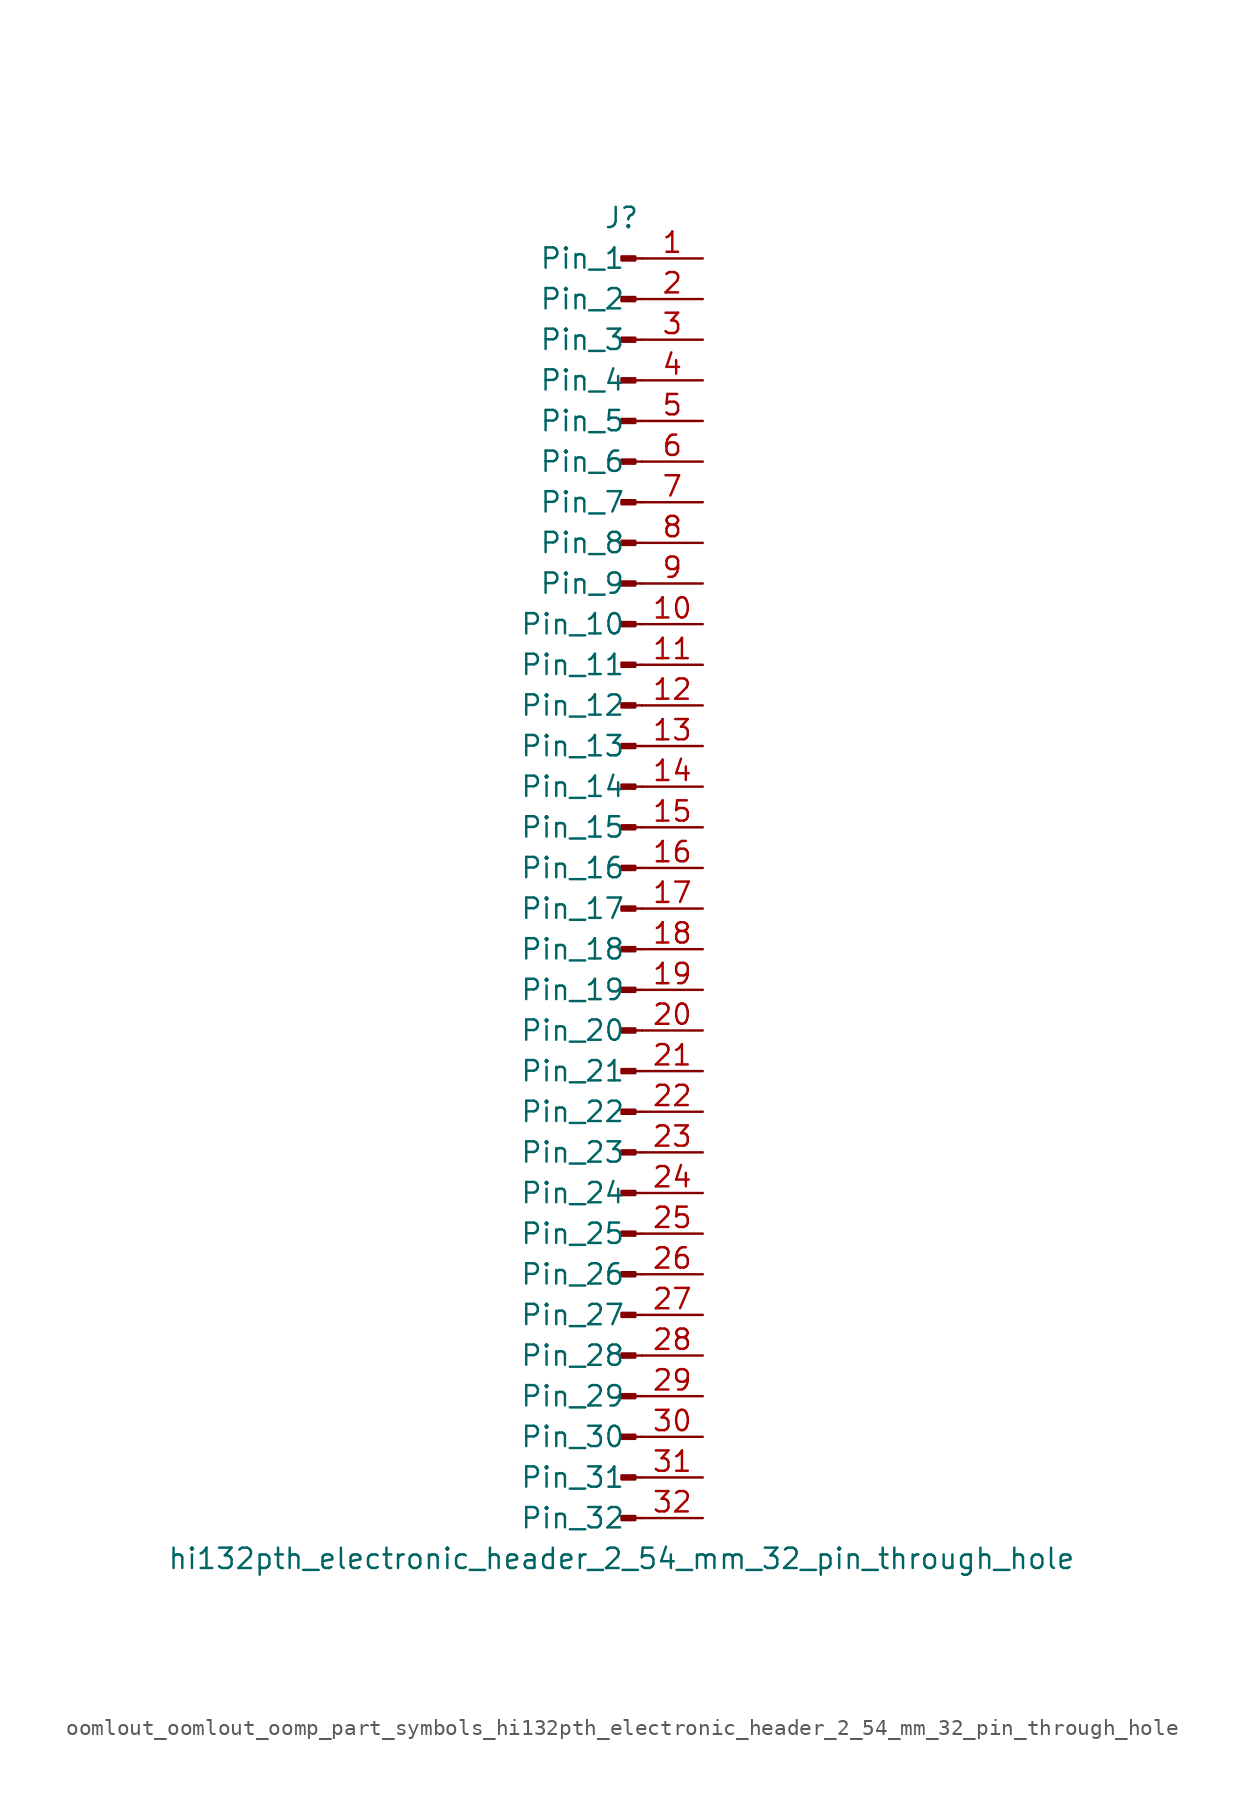
<source format=kicad_sym>
(kicad_symbol_lib
  (version 20220914)
  (generator kicad_symbol_editor)
  (symbol "oomlout_oomlout_oomp_part_symbols_hi132pth_electronic_header_2_54_mm_32_pin_through_hole"
    (pin_names
      (offset 1.016))
    (property "Reference" "J"
      (at 0 40.64 0)
      (effects (font (size 1.27 1.27))))
    (property "Value" "hi132pth_electronic_header_2_54_mm_32_pin_through_hole"
      (at 0 -43.18 0)
      (effects (font (size 1.27 1.27))))
    (property "ki_locked" ""
      (at 0 0 0)
      (effects (font (size 1.27 1.27))))
    (symbol "oomlout_oomlout_oomp_part_symbols_hi132pth_electronic_header_2_54_mm_32_pin_through_hole_1_1"
      (polyline (pts (xy 1.27 -40.64) (xy 0.864 -40.64)) (stroke (width 0.152) (type default)) (fill (type none)))
      (polyline (pts (xy 1.27 -38.1) (xy 0.864 -38.1)) (stroke (width 0.152) (type default)) (fill (type none)))
      (polyline (pts (xy 1.27 -35.56) (xy 0.864 -35.56)) (stroke (width 0.152) (type default)) (fill (type none)))
      (polyline (pts (xy 1.27 -33.02) (xy 0.864 -33.02)) (stroke (width 0.152) (type default)) (fill (type none)))
      (polyline (pts (xy 1.27 -30.48) (xy 0.864 -30.48)) (stroke (width 0.152) (type default)) (fill (type none)))
      (polyline (pts (xy 1.27 -27.94) (xy 0.864 -27.94)) (stroke (width 0.152) (type default)) (fill (type none)))
      (polyline (pts (xy 1.27 -25.4) (xy 0.864 -25.4)) (stroke (width 0.152) (type default)) (fill (type none)))
      (polyline (pts (xy 1.27 -22.86) (xy 0.864 -22.86)) (stroke (width 0.152) (type default)) (fill (type none)))
      (polyline (pts (xy 1.27 -20.32) (xy 0.864 -20.32)) (stroke (width 0.152) (type default)) (fill (type none)))
      (polyline (pts (xy 1.27 -17.78) (xy 0.864 -17.78)) (stroke (width 0.152) (type default)) (fill (type none)))
      (polyline (pts (xy 1.27 -15.24) (xy 0.864 -15.24)) (stroke (width 0.152) (type default)) (fill (type none)))
      (polyline (pts (xy 1.27 -12.7) (xy 0.864 -12.7)) (stroke (width 0.152) (type default)) (fill (type none)))
      (polyline (pts (xy 1.27 -10.16) (xy 0.864 -10.16)) (stroke (width 0.152) (type default)) (fill (type none)))
      (polyline (pts (xy 1.27 -7.62) (xy 0.864 -7.62)) (stroke (width 0.152) (type default)) (fill (type none)))
      (polyline (pts (xy 1.27 -5.08) (xy 0.864 -5.08)) (stroke (width 0.152) (type default)) (fill (type none)))
      (polyline (pts (xy 1.27 -2.54) (xy 0.864 -2.54)) (stroke (width 0.152) (type default)) (fill (type none)))
      (polyline (pts (xy 1.27 0) (xy 0.864 0)) (stroke (width 0.152) (type default)) (fill (type none)))
      (polyline (pts (xy 1.27 2.54) (xy 0.864 2.54)) (stroke (width 0.152) (type default)) (fill (type none)))
      (polyline (pts (xy 1.27 5.08) (xy 0.864 5.08)) (stroke (width 0.152) (type default)) (fill (type none)))
      (polyline (pts (xy 1.27 7.62) (xy 0.864 7.62)) (stroke (width 0.152) (type default)) (fill (type none)))
      (polyline (pts (xy 1.27 10.16) (xy 0.864 10.16)) (stroke (width 0.152) (type default)) (fill (type none)))
      (polyline (pts (xy 1.27 12.7) (xy 0.864 12.7)) (stroke (width 0.152) (type default)) (fill (type none)))
      (polyline (pts (xy 1.27 15.24) (xy 0.864 15.24)) (stroke (width 0.152) (type default)) (fill (type none)))
      (polyline (pts (xy 1.27 17.78) (xy 0.864 17.78)) (stroke (width 0.152) (type default)) (fill (type none)))
      (polyline (pts (xy 1.27 20.32) (xy 0.864 20.32)) (stroke (width 0.152) (type default)) (fill (type none)))
      (polyline (pts (xy 1.27 22.86) (xy 0.864 22.86)) (stroke (width 0.152) (type default)) (fill (type none)))
      (polyline (pts (xy 1.27 25.4) (xy 0.864 25.4)) (stroke (width 0.152) (type default)) (fill (type none)))
      (polyline (pts (xy 1.27 27.94) (xy 0.864 27.94)) (stroke (width 0.152) (type default)) (fill (type none)))
      (polyline (pts (xy 1.27 30.48) (xy 0.864 30.48)) (stroke (width 0.152) (type default)) (fill (type none)))
      (polyline (pts (xy 1.27 33.02) (xy 0.864 33.02)) (stroke (width 0.152) (type default)) (fill (type none)))
      (polyline (pts (xy 1.27 35.56) (xy 0.864 35.56)) (stroke (width 0.152) (type default)) (fill (type none)))
      (polyline (pts (xy 1.27 38.1) (xy 0.864 38.1)) (stroke (width 0.152) (type default)) (fill (type none)))
      (rectangle (start 0.864 -40.513) (end 0 -40.767) (stroke (width 0.152) (type default)) (fill (type outline)))
      (rectangle (start 0.864 -37.973) (end 0 -38.227) (stroke (width 0.152) (type default)) (fill (type outline)))
      (rectangle (start 0.864 -35.433) (end 0 -35.687) (stroke (width 0.152) (type default)) (fill (type outline)))
      (rectangle (start 0.864 -32.893) (end 0 -33.147) (stroke (width 0.152) (type default)) (fill (type outline)))
      (rectangle (start 0.864 -30.353) (end 0 -30.607) (stroke (width 0.152) (type default)) (fill (type outline)))
      (rectangle (start 0.864 -27.813) (end 0 -28.067) (stroke (width 0.152) (type default)) (fill (type outline)))
      (rectangle (start 0.864 -25.273) (end 0 -25.527) (stroke (width 0.152) (type default)) (fill (type outline)))
      (rectangle (start 0.864 -22.733) (end 0 -22.987) (stroke (width 0.152) (type default)) (fill (type outline)))
      (rectangle (start 0.864 -20.193) (end 0 -20.447) (stroke (width 0.152) (type default)) (fill (type outline)))
      (rectangle (start 0.864 -17.653) (end 0 -17.907) (stroke (width 0.152) (type default)) (fill (type outline)))
      (rectangle (start 0.864 -15.113) (end 0 -15.367) (stroke (width 0.152) (type default)) (fill (type outline)))
      (rectangle (start 0.864 -12.573) (end 0 -12.827) (stroke (width 0.152) (type default)) (fill (type outline)))
      (rectangle (start 0.864 -10.033) (end 0 -10.287) (stroke (width 0.152) (type default)) (fill (type outline)))
      (rectangle (start 0.864 -7.493) (end 0 -7.747) (stroke (width 0.152) (type default)) (fill (type outline)))
      (rectangle (start 0.864 -4.953) (end 0 -5.207) (stroke (width 0.152) (type default)) (fill (type outline)))
      (rectangle (start 0.864 -2.413) (end 0 -2.667) (stroke (width 0.152) (type default)) (fill (type outline)))
      (rectangle (start 0.864 0.127) (end 0 -0.127) (stroke (width 0.152) (type default)) (fill (type outline)))
      (rectangle (start 0.864 2.667) (end 0 2.413) (stroke (width 0.152) (type default)) (fill (type outline)))
      (rectangle (start 0.864 5.207) (end 0 4.953) (stroke (width 0.152) (type default)) (fill (type outline)))
      (rectangle (start 0.864 7.747) (end 0 7.493) (stroke (width 0.152) (type default)) (fill (type outline)))
      (rectangle (start 0.864 10.287) (end 0 10.033) (stroke (width 0.152) (type default)) (fill (type outline)))
      (rectangle (start 0.864 12.827) (end 0 12.573) (stroke (width 0.152) (type default)) (fill (type outline)))
      (rectangle (start 0.864 15.367) (end 0 15.113) (stroke (width 0.152) (type default)) (fill (type outline)))
      (rectangle (start 0.864 17.907) (end 0 17.653) (stroke (width 0.152) (type default)) (fill (type outline)))
      (rectangle (start 0.864 20.447) (end 0 20.193) (stroke (width 0.152) (type default)) (fill (type outline)))
      (rectangle (start 0.864 22.987) (end 0 22.733) (stroke (width 0.152) (type default)) (fill (type outline)))
      (rectangle (start 0.864 25.527) (end 0 25.273) (stroke (width 0.152) (type default)) (fill (type outline)))
      (rectangle (start 0.864 28.067) (end 0 27.813) (stroke (width 0.152) (type default)) (fill (type outline)))
      (rectangle (start 0.864 30.607) (end 0 30.353) (stroke (width 0.152) (type default)) (fill (type outline)))
      (rectangle (start 0.864 33.147) (end 0 32.893) (stroke (width 0.152) (type default)) (fill (type outline)))
      (rectangle (start 0.864 35.687) (end 0 35.433) (stroke (width 0.152) (type default)) (fill (type outline)))
      (rectangle (start 0.864 38.227) (end 0 37.973) (stroke (width 0.152) (type default)) (fill (type outline)))
      (pin passive line (at 5.08 38.1 180) (length 3.81) (name "Pin_1" (effects (font (size 1.27 1.27)))) (number "1" (effects (font (size 1.27 1.27)))))
      (pin passive line (at 5.08 15.24 180) (length 3.81) (name "Pin_10" (effects (font (size 1.27 1.27)))) (number "10" (effects (font (size 1.27 1.27)))))
      (pin passive line (at 5.08 12.7 180) (length 3.81) (name "Pin_11" (effects (font (size 1.27 1.27)))) (number "11" (effects (font (size 1.27 1.27)))))
      (pin passive line (at 5.08 10.16 180) (length 3.81) (name "Pin_12" (effects (font (size 1.27 1.27)))) (number "12" (effects (font (size 1.27 1.27)))))
      (pin passive line (at 5.08 7.62 180) (length 3.81) (name "Pin_13" (effects (font (size 1.27 1.27)))) (number "13" (effects (font (size 1.27 1.27)))))
      (pin passive line (at 5.08 5.08 180) (length 3.81) (name "Pin_14" (effects (font (size 1.27 1.27)))) (number "14" (effects (font (size 1.27 1.27)))))
      (pin passive line (at 5.08 2.54 180) (length 3.81) (name "Pin_15" (effects (font (size 1.27 1.27)))) (number "15" (effects (font (size 1.27 1.27)))))
      (pin passive line (at 5.08 0 180) (length 3.81) (name "Pin_16" (effects (font (size 1.27 1.27)))) (number "16" (effects (font (size 1.27 1.27)))))
      (pin passive line (at 5.08 -2.54 180) (length 3.81) (name "Pin_17" (effects (font (size 1.27 1.27)))) (number "17" (effects (font (size 1.27 1.27)))))
      (pin passive line (at 5.08 -5.08 180) (length 3.81) (name "Pin_18" (effects (font (size 1.27 1.27)))) (number "18" (effects (font (size 1.27 1.27)))))
      (pin passive line (at 5.08 -7.62 180) (length 3.81) (name "Pin_19" (effects (font (size 1.27 1.27)))) (number "19" (effects (font (size 1.27 1.27)))))
      (pin passive line (at 5.08 35.56 180) (length 3.81) (name "Pin_2" (effects (font (size 1.27 1.27)))) (number "2" (effects (font (size 1.27 1.27)))))
      (pin passive line (at 5.08 -10.16 180) (length 3.81) (name "Pin_20" (effects (font (size 1.27 1.27)))) (number "20" (effects (font (size 1.27 1.27)))))
      (pin passive line (at 5.08 -12.7 180) (length 3.81) (name "Pin_21" (effects (font (size 1.27 1.27)))) (number "21" (effects (font (size 1.27 1.27)))))
      (pin passive line (at 5.08 -15.24 180) (length 3.81) (name "Pin_22" (effects (font (size 1.27 1.27)))) (number "22" (effects (font (size 1.27 1.27)))))
      (pin passive line (at 5.08 -17.78 180) (length 3.81) (name "Pin_23" (effects (font (size 1.27 1.27)))) (number "23" (effects (font (size 1.27 1.27)))))
      (pin passive line (at 5.08 -20.32 180) (length 3.81) (name "Pin_24" (effects (font (size 1.27 1.27)))) (number "24" (effects (font (size 1.27 1.27)))))
      (pin passive line (at 5.08 -22.86 180) (length 3.81) (name "Pin_25" (effects (font (size 1.27 1.27)))) (number "25" (effects (font (size 1.27 1.27)))))
      (pin passive line (at 5.08 -25.4 180) (length 3.81) (name "Pin_26" (effects (font (size 1.27 1.27)))) (number "26" (effects (font (size 1.27 1.27)))))
      (pin passive line (at 5.08 -27.94 180) (length 3.81) (name "Pin_27" (effects (font (size 1.27 1.27)))) (number "27" (effects (font (size 1.27 1.27)))))
      (pin passive line (at 5.08 -30.48 180) (length 3.81) (name "Pin_28" (effects (font (size 1.27 1.27)))) (number "28" (effects (font (size 1.27 1.27)))))
      (pin passive line (at 5.08 -33.02 180) (length 3.81) (name "Pin_29" (effects (font (size 1.27 1.27)))) (number "29" (effects (font (size 1.27 1.27)))))
      (pin passive line (at 5.08 33.02 180) (length 3.81) (name "Pin_3" (effects (font (size 1.27 1.27)))) (number "3" (effects (font (size 1.27 1.27)))))
      (pin passive line (at 5.08 -35.56 180) (length 3.81) (name "Pin_30" (effects (font (size 1.27 1.27)))) (number "30" (effects (font (size 1.27 1.27)))))
      (pin passive line (at 5.08 -38.1 180) (length 3.81) (name "Pin_31" (effects (font (size 1.27 1.27)))) (number "31" (effects (font (size 1.27 1.27)))))
      (pin passive line (at 5.08 -40.64 180) (length 3.81) (name "Pin_32" (effects (font (size 1.27 1.27)))) (number "32" (effects (font (size 1.27 1.27)))))
      (pin passive line (at 5.08 30.48 180) (length 3.81) (name "Pin_4" (effects (font (size 1.27 1.27)))) (number "4" (effects (font (size 1.27 1.27)))))
      (pin passive line (at 5.08 27.94 180) (length 3.81) (name "Pin_5" (effects (font (size 1.27 1.27)))) (number "5" (effects (font (size 1.27 1.27)))))
      (pin passive line (at 5.08 25.4 180) (length 3.81) (name "Pin_6" (effects (font (size 1.27 1.27)))) (number "6" (effects (font (size 1.27 1.27)))))
      (pin passive line (at 5.08 22.86 180) (length 3.81) (name "Pin_7" (effects (font (size 1.27 1.27)))) (number "7" (effects (font (size 1.27 1.27)))))
      (pin passive line (at 5.08 20.32 180) (length 3.81) (name "Pin_8" (effects (font (size 1.27 1.27)))) (number "8" (effects (font (size 1.27 1.27)))))
      (pin passive line (at 5.08 17.78 180) (length 3.81) (name "Pin_9" (effects (font (size 1.27 1.27)))) (number "9" (effects (font (size 1.27 1.27))))))))
</source>
